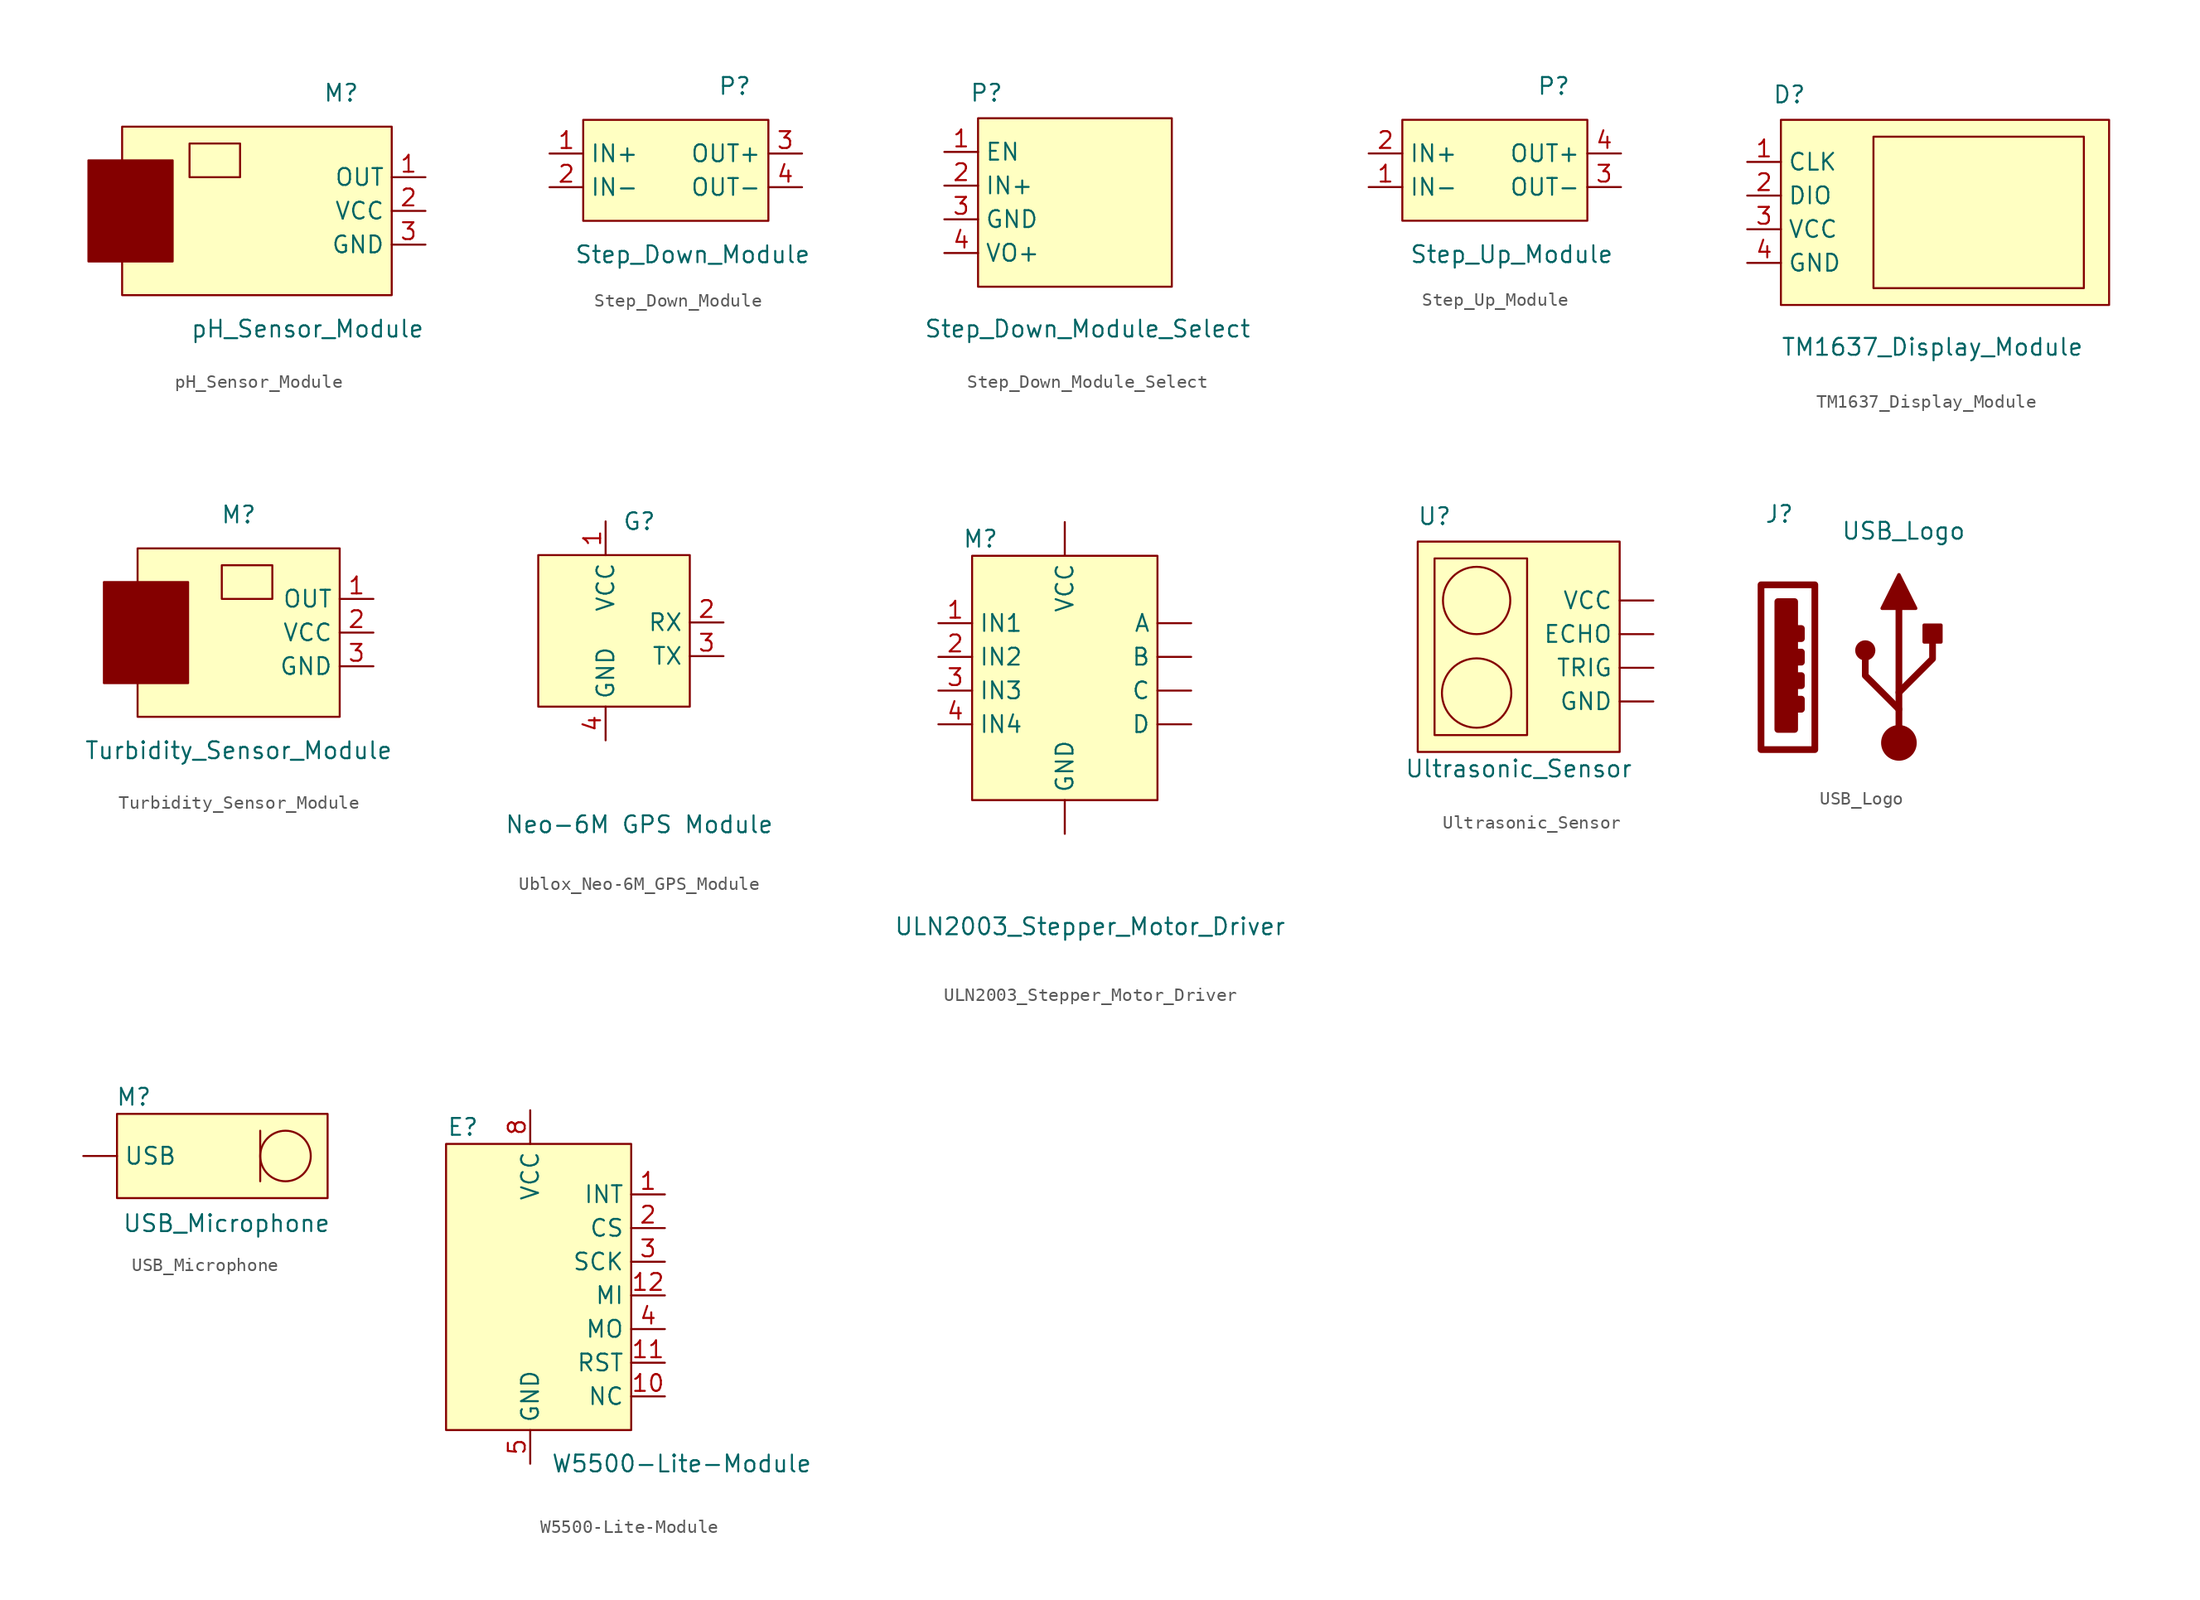
<source format=kicad_sym>
(kicad_symbol_lib
  (version 20220914)
  (generator kicad_symbol_editor)
  (symbol "pH_Sensor_Module"
    (property "Reference" "M"
      (at 2.54 10.16 0)
      (effects (font (size 1.27 1.27))))
    (property "Value" "pH_Sensor_Module"
      (at 0 -7.62 0)
      (effects (font (size 1.27 1.27))))
    (symbol "pH_Sensor_Module_0_1"
      (rectangle (start -16.51 5.08) (end -10.16 -2.54) (stroke (width 0.152) (type default)) (fill (type outline)))
      (rectangle (start -13.97 7.62) (end 6.35 -5.08) (stroke (width 0.152) (type default)) (fill (type background)))
      (rectangle (start -8.89 6.35) (end -5.08 3.81) (stroke (width 0.152) (type default)) (fill (type none))))
    (symbol "pH_Sensor_Module_1_1"
      (pin input line (at 8.89 3.81 180) (length 2.54) (name "OUT" (effects (font (size 1.27 1.27)))) (number "1" (effects (font (size 1.27 1.27)))))
      (pin input line (at 8.89 1.27 180) (length 2.54) (name "VCC" (effects (font (size 1.27 1.27)))) (number "2" (effects (font (size 1.27 1.27)))))
      (pin input line (at 8.89 -1.27 180) (length 2.54) (name "GND" (effects (font (size 1.27 1.27)))) (number "3" (effects (font (size 1.27 1.27)))))))
  (symbol "Step_Down_Module"
    (property "Reference" "P"
      (at 3.81 6.35 0)
      (effects (font (size 1.27 1.27))))
    (property "Value" "Step_Down_Module"
      (at 0.635 -6.35 0)
      (effects (font (size 1.27 1.27))))
    (symbol "Step_Down_Module_0_1"
      (rectangle (start -7.62 3.81) (end 6.35 -3.81) (stroke (width 0.152) (type default)) (fill (type background))))
    (symbol "Step_Down_Module_1_1"
      (pin input line (at -10.16 1.27 0) (length 2.54) (name "IN+" (effects (font (size 1.27 1.27)))) (number "1" (effects (font (size 1.27 1.27)))))
      (pin input line (at -10.16 -1.27 0) (length 2.54) (name "IN-" (effects (font (size 1.27 1.27)))) (number "2" (effects (font (size 1.27 1.27)))))
      (pin input line (at 8.89 1.27 180) (length 2.54) (name "OUT+" (effects (font (size 1.27 1.27)))) (number "3" (effects (font (size 1.27 1.27)))))
      (pin input line (at 8.89 -1.27 180) (length 2.54) (name "OUT-" (effects (font (size 1.27 1.27)))) (number "4" (effects (font (size 1.27 1.27)))))))
  (symbol "Step_Down_Module_Select"
    (property "Reference" "P"
      (at -6.985 5.715 0)
      (effects (font (size 1.27 1.27))))
    (property "Value" "Step_Down_Module_Select"
      (at 0.635 -12.065 0)
      (effects (font (size 1.27 1.27))))
    (symbol "Step_Down_Module_Select_0_1"
      (rectangle (start -7.62 3.81) (end 6.985 -8.89) (stroke (width 0.152) (type default)) (fill (type background))))
    (symbol "Step_Down_Module_Select_1_1"
      (pin input line (at -10.16 1.27 0) (length 2.54) (name "EN" (effects (font (size 1.27 1.27)))) (number "1" (effects (font (size 1.27 1.27)))))
      (pin input line (at -10.16 -1.27 0) (length 2.54) (name "IN+" (effects (font (size 1.27 1.27)))) (number "2" (effects (font (size 1.27 1.27)))))
      (pin input line (at -10.16 -3.81 0) (length 2.54) (name "GND" (effects (font (size 1.27 1.27)))) (number "3" (effects (font (size 1.27 1.27)))))
      (pin input line (at -10.16 -6.35 0) (length 2.54) (name "VO+" (effects (font (size 1.27 1.27)))) (number "4" (effects (font (size 1.27 1.27)))))))
  (symbol "Step_Up_Module"
    (property "Reference" "P"
      (at 3.81 6.35 0)
      (effects (font (size 1.27 1.27))))
    (property "Value" "Step_Up_Module"
      (at 0.635 -6.35 0)
      (effects (font (size 1.27 1.27))))
    (symbol "Step_Up_Module_0_1"
      (rectangle (start -7.62 3.81) (end 6.35 -3.81) (stroke (width 0.152) (type default)) (fill (type background))))
    (symbol "Step_Up_Module_1_1"
      (pin input line (at -10.16 -1.27 0) (length 2.54) (name "IN-" (effects (font (size 1.27 1.27)))) (number "1" (effects (font (size 1.27 1.27)))))
      (pin input line (at -10.16 1.27 0) (length 2.54) (name "IN+" (effects (font (size 1.27 1.27)))) (number "2" (effects (font (size 1.27 1.27)))))
      (pin input line (at 8.89 -1.27 180) (length 2.54) (name "OUT-" (effects (font (size 1.27 1.27)))) (number "3" (effects (font (size 1.27 1.27)))))
      (pin input line (at 8.89 1.27 180) (length 2.54) (name "OUT+" (effects (font (size 1.27 1.27)))) (number "4" (effects (font (size 1.27 1.27)))))))
  (symbol "TM1637_Display_Module"
    (property "Reference" "D"
      (at -11.43 8.89 0)
      (effects (font (size 1.27 1.27))))
    (property "Value" "TM1637_Display_Module"
      (at -0.635 -10.16 0)
      (effects (font (size 1.27 1.27))))
    (symbol "TM1637_Display_Module_0_1"
      (rectangle (start -12.065 6.985) (end 12.7 -6.985) (stroke (width 0.152) (type default)) (fill (type background)))
      (rectangle (start -5.08 5.715) (end 10.795 -5.715) (stroke (width 0.152) (type default)) (fill (type none))))
    (symbol "TM1637_Display_Module_1_1"
      (pin input line (at -14.605 3.81 0) (length 2.54) (name "CLK" (effects (font (size 1.27 1.27)))) (number "1" (effects (font (size 1.27 1.27)))))
      (pin input line (at -14.605 1.27 0) (length 2.54) (name "DIO" (effects (font (size 1.27 1.27)))) (number "2" (effects (font (size 1.27 1.27)))))
      (pin input line (at -14.605 -1.27 0) (length 2.54) (name "VCC" (effects (font (size 1.27 1.27)))) (number "3" (effects (font (size 1.27 1.27)))))
      (pin input line (at -14.605 -3.81 0) (length 2.54) (name "GND" (effects (font (size 1.27 1.27)))) (number "4" (effects (font (size 1.27 1.27)))))))
  (symbol "Turbidity_Sensor_Module"
    (property "Reference" "M"
      (at 0 10.16 0)
      (effects (font (size 1.27 1.27))))
    (property "Value" "Turbidity_Sensor_Module"
      (at 0 -7.62 0)
      (effects (font (size 1.27 1.27))))
    (symbol "Turbidity_Sensor_Module_0_1"
      (rectangle (start -10.16 5.08) (end -3.81 -2.54) (stroke (width 0.152) (type default)) (fill (type outline)))
      (rectangle (start -7.62 7.62) (end 7.62 -5.08) (stroke (width 0.152) (type default)) (fill (type background)))
      (rectangle (start -1.27 6.35) (end 2.54 3.81) (stroke (width 0.152) (type default)) (fill (type none))))
    (symbol "Turbidity_Sensor_Module_1_1"
      (pin input line (at 10.16 3.81 180) (length 2.54) (name "OUT" (effects (font (size 1.27 1.27)))) (number "1" (effects (font (size 1.27 1.27)))))
      (pin input line (at 10.16 1.27 180) (length 2.54) (name "VCC" (effects (font (size 1.27 1.27)))) (number "2" (effects (font (size 1.27 1.27)))))
      (pin input line (at 10.16 -1.27 180) (length 2.54) (name "GND" (effects (font (size 1.27 1.27)))) (number "3" (effects (font (size 1.27 1.27)))))))
  (symbol "Ublox_Neo-6M_GPS_Module"
    (property "Reference" "G"
      (at 0 8.89 0)
      (effects (font (size 1.27 1.27))))
    (property "Value" "Neo-6M GPS Module"
      (at 0 -13.97 0)
      (effects (font (size 1.27 1.27))))
    (symbol "Ublox_Neo-6M_GPS_Module_1_1"
      (rectangle (start -7.62 6.35) (end 3.81 -5.08) (stroke (width 0) (type default)) (fill (type background)))
      (pin input line (at -2.54 8.89 270) (length 2.54) (name "VCC" (effects (font (size 1.27 1.27)))) (number "1" (effects (font (size 1.27 1.27)))))
      (pin input line (at 6.35 1.27 180) (length 2.54) (name "RX" (effects (font (size 1.27 1.27)))) (number "2" (effects (font (size 1.27 1.27)))))
      (pin input line (at 6.35 -1.27 180) (length 2.54) (name "TX" (effects (font (size 1.27 1.27)))) (number "3" (effects (font (size 1.27 1.27)))))
      (pin input line (at -2.54 -7.62 90) (length 2.54) (name "GND" (effects (font (size 1.27 1.27)))) (number "4" (effects (font (size 1.27 1.27)))))))
  (symbol "ULN2003_Stepper_Motor_Driver"
    (property "Reference" "M"
      (at -6.985 12.065 0)
      (effects (font (size 1.27 1.27))))
    (property "Value" "ULN2003_Stepper_Motor_Driver"
      (at 1.27 -17.145 0)
      (effects (font (size 1.27 1.27))))
    (symbol "ULN2003_Stepper_Motor_Driver_0_1"
      (rectangle (start -7.62 10.795) (end 6.35 -7.62) (stroke (width 0.152) (type default)) (fill (type background))))
    (symbol "ULN2003_Stepper_Motor_Driver_1_1"
      (pin input line (at 8.89 5.715 180) (length 2.54) (name "A" (effects (font (size 1.27 1.27)))) (number "" (effects (font (size 1.27 1.27)))))
      (pin input line (at 8.89 3.175 180) (length 2.54) (name "B" (effects (font (size 1.27 1.27)))) (number "" (effects (font (size 1.27 1.27)))))
      (pin input line (at 8.89 0.635 180) (length 2.54) (name "C" (effects (font (size 1.27 1.27)))) (number "" (effects (font (size 1.27 1.27)))))
      (pin input line (at 8.89 -1.905 180) (length 2.54) (name "D" (effects (font (size 1.27 1.27)))) (number "" (effects (font (size 1.27 1.27)))))
      (pin input line (at -0.635 -10.16 90) (length 2.54) (name "GND" (effects (font (size 1.27 1.27)))) (number "" (effects (font (size 1.27 1.27)))))
      (pin input line (at -0.635 13.335 270) (length 2.54) (name "VCC" (effects (font (size 1.27 1.27)))) (number "" (effects (font (size 1.27 1.27)))))
      (pin input line (at -10.16 5.715 0) (length 2.54) (name "IN1" (effects (font (size 1.27 1.27)))) (number "1" (effects (font (size 1.27 1.27)))))
      (pin input line (at -10.16 3.175 0) (length 2.54) (name "IN2" (effects (font (size 1.27 1.27)))) (number "2" (effects (font (size 1.27 1.27)))))
      (pin input line (at -10.16 0.635 0) (length 2.54) (name "IN3" (effects (font (size 1.27 1.27)))) (number "3" (effects (font (size 1.27 1.27)))))
      (pin input line (at -10.16 -1.905 0) (length 2.54) (name "IN4" (effects (font (size 1.27 1.27)))) (number "4" (effects (font (size 1.27 1.27)))))))
  (symbol "Ultrasonic_Sensor"
    (property "Reference" "U"
      (at -7.62 10.16 0)
      (effects (font (size 1.27 1.27))))
    (property "Value" "Ultrasonic_Sensor"
      (at -1.27 -8.89 0)
      (effects (font (size 1.27 1.27))))
    (symbol "Ultrasonic_Sensor_0_1"
      (rectangle (start -8.89 8.255) (end 6.35 -7.62) (stroke (width 0.152) (type default)) (fill (type background)))
      (rectangle (start -7.62 6.985) (end -0.635 -6.35) (stroke (width 0.152) (type default)) (fill (type none)))
      (circle (center -4.445 -3.175) (radius 2.618) (stroke (width 0.152) (type default)) (fill (type none)))
      (circle (center -4.445 3.81) (radius 2.54) (stroke (width 0.152) (type default)) (fill (type none))))
    (symbol "Ultrasonic_Sensor_1_1"
      (pin input line (at 8.89 1.27 180) (length 2.54) (name "ECHO" (effects (font (size 1.27 1.27)))) (number "" (effects (font (size 1.27 1.27)))))
      (pin input line (at 8.89 -3.81 180) (length 2.54) (name "GND" (effects (font (size 1.27 1.27)))) (number "" (effects (font (size 1.27 1.27)))))
      (pin input line (at 8.89 -1.27 180) (length 2.54) (name "TRIG" (effects (font (size 1.27 1.27)))) (number "" (effects (font (size 1.27 1.27)))))
      (pin input line (at 8.89 3.81 180) (length 2.54) (name "VCC" (effects (font (size 1.27 1.27)))) (number "" (effects (font (size 1.27 1.27)))))))
  (symbol "USB_Logo"
    (pin_names
      (offset 1.016))
    (property "Reference" "J"
      (at -10.16 11.43 0)
      (effects (font (size 1.27 1.27)) (justify left)))
    (property "Value" "USB_Logo"
      (at 5.08 10.16 0)
      (effects (font (size 1.27 1.27)) (justify right)))
    (symbol "USB_Logo_0_0"
      (rectangle (start -10.414 6.096) (end -6.35 -6.35) (stroke (width 0.508) (type default)) (fill (type none)))
      (rectangle (start -9.144 4.826) (end -7.874 -4.826) (stroke (width 0.508) (type default)) (fill (type outline)))
      (rectangle (start -7.62 -2.54) (end -7.366 -3.302) (stroke (width 0.508) (type default)) (fill (type none)))
      (rectangle (start -7.62 -0.762) (end -7.366 -1.524) (stroke (width 0.508) (type default)) (fill (type none)))
      (rectangle (start -7.62 1.016) (end -7.366 0.254) (stroke (width 0.508) (type default)) (fill (type none)))
      (rectangle (start -7.62 2.794) (end -7.366 2.032) (stroke (width 0.508) (type default)) (fill (type none))))
    (symbol "USB_Logo_1_1"
      (circle (center -2.54 1.143) (radius 0.635) (stroke (width 0.254) (type default)) (fill (type outline)))
      (circle (center 0 -5.842) (radius 1.27) (stroke (width 0) (type default)) (fill (type outline)))
      (polyline (pts (xy 0 -5.842) (xy 0 4.318)) (stroke (width 0.508) (type default)) (fill (type none)))
      (polyline (pts (xy 0 -3.302) (xy -2.54 -0.762) (xy -2.54 0.508)) (stroke (width 0.508) (type default)) (fill (type none)))
      (polyline (pts (xy 0 -2.032) (xy 2.54 0.508) (xy 2.54 1.778)) (stroke (width 0.508) (type default)) (fill (type none)))
      (polyline (pts (xy -1.27 4.318) (xy 0 6.858) (xy 1.27 4.318) (xy -1.27 4.318)) (stroke (width 0.254) (type default)) (fill (type outline)))
      (rectangle (start 1.905 1.778) (end 3.175 3.048) (stroke (width 0.254) (type default)) (fill (type outline)))))
  (symbol "USB_Microphone"
    (property "Reference" "M"
      (at -5.715 4.445 0)
      (effects (font (size 1.27 1.27))))
    (property "Value" "USB_Microphone"
      (at 1.27 -5.08 0)
      (effects (font (size 1.27 1.27))))
    (symbol "USB_Microphone_0_1"
      (rectangle (start -6.985 3.175) (end 8.89 -3.175) (stroke (width 0.152) (type default)) (fill (type background)))
      (polyline (pts (xy 3.81 1.905) (xy 3.81 -1.905)) (stroke (width 0.152) (type default)) (fill (type none)))
      (circle (center 5.715 0) (radius 1.905) (stroke (width 0.152) (type default)) (fill (type none))))
    (symbol "USB_Microphone_1_1"
      (pin input line (at -9.525 0 0) (length 2.54) (name "USB" (effects (font (size 1.27 1.27)))) (number "" (effects (font (size 1.27 1.27)))))))
  (symbol "W5500-Lite-Module"
    (property "Reference" "E"
      (at -11.43 17.78 0)
      (effects (font (size 1.27 1.27))))
    (property "Value" "W5500-Lite-Module"
      (at 5.08 -7.62 0)
      (effects (font (size 1.27 1.27))))
    (symbol "W5500-Lite-Module_1_1"
      (rectangle (start -12.7 16.51) (end 1.27 -5.08) (stroke (width 0) (type default)) (fill (type background)))
      (pin input line (at 3.81 12.7 180) (length 2.54) (name "INT" (effects (font (size 1.27 1.27)))) (number "1" (effects (font (size 1.27 1.27)))))
      (pin input line (at 3.81 -2.54 180) (length 2.54) (name "NC" (effects (font (size 1.27 1.27)))) (number "10" (effects (font (size 1.27 1.27)))))
      (pin input line (at 3.81 0 180) (length 2.54) (name "RST" (effects (font (size 1.27 1.27)))) (number "11" (effects (font (size 1.27 1.27)))))
      (pin input line (at 3.81 5.08 180) (length 2.54) (name "MI" (effects (font (size 1.27 1.27)))) (number "12" (effects (font (size 1.27 1.27)))))
      (pin input line (at 3.81 10.16 180) (length 2.54) (name "CS" (effects (font (size 1.27 1.27)))) (number "2" (effects (font (size 1.27 1.27)))))
      (pin input line (at 3.81 7.62 180) (length 2.54) (name "SCK" (effects (font (size 1.27 1.27)))) (number "3" (effects (font (size 1.27 1.27)))))
      (pin input line (at 3.81 2.54 180) (length 2.54) (name "MO" (effects (font (size 1.27 1.27)))) (number "4" (effects (font (size 1.27 1.27)))))
      (pin input line (at -6.35 -7.62 90) (length 2.54) (name "GND" (effects (font (size 1.27 1.27)))) (number "5" (effects (font (size 1.27 1.27)))))
      (pin input line (at -7.62 -7.62 90) (length 2.54) hide (name "GND" (effects (font (size 1.27 1.27)))) (number "6" (effects (font (size 1.27 1.27)))))
      (pin input line (at -8.89 -7.62 90) (length 2.54) hide (name "GND" (effects (font (size 1.27 1.27)))) (number "7" (effects (font (size 1.27 1.27)))))
      (pin input line (at -6.35 19.05 270) (length 2.54) (name "VCC" (effects (font (size 1.27 1.27)))) (number "8" (effects (font (size 1.27 1.27)))))
      (pin input line (at -5.08 19.05 270) (length 2.54) hide (name "VCC" (effects (font (size 1.27 1.27)))) (number "9" (effects (font (size 1.27 1.27))))))))
</source>
